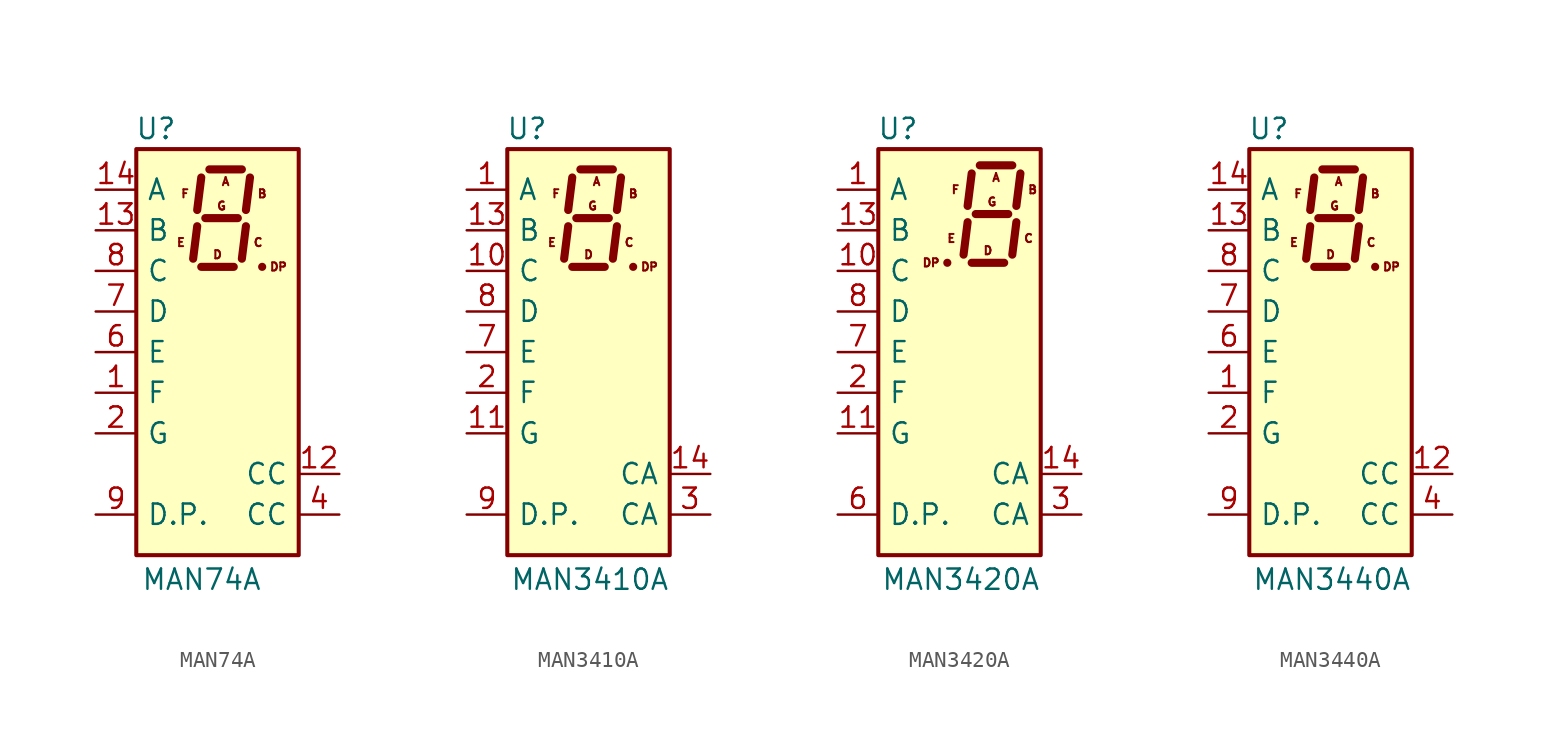
<source format=kicad_sym>
(kicad_symbol_lib
  (version 20231120)
  (generator "kicad_symbol_editor")
  (generator_version "8.0")
  (symbol "MAN74A"
    (pin_names
      (offset 0.635))
    (property "Reference" "U"
      (at -2.54 13.97 0)
      (effects (font (size 1.27 1.27)) (justify right)))
    (property "Value" "MAN74A"
      (at 2.794 -14.224 0)
      (effects (font (size 1.27 1.27)) (justify right)))
    (symbol "MAN74A_0_0"
      (text "A" (at 0.508 10.668 0) (effects (font (size 0.508 0.508))))
      (text "B" (at 2.794 9.906 0) (effects (font (size 0.508 0.508))))
      (text "C" (at 2.54 6.858 0) (effects (font (size 0.508 0.508))))
      (text "D" (at 0 6.096 0) (effects (font (size 0.508 0.508))))
      (text "DP" (at 3.81 5.334 0) (effects (font (size 0.508 0.508))))
      (text "E" (at -2.286 6.858 0) (effects (font (size 0.508 0.508))))
      (text "F" (at -2.032 9.906 0) (effects (font (size 0.508 0.508))))
      (text "G" (at 0.254 9.144 0) (effects (font (size 0.508 0.508)))))
    (symbol "MAN74A_0_1"
      (rectangle (start -5.08 12.7) (end 5.08 -12.7) (stroke (width 0.254) (type default)) (fill (type background)))
      (polyline (pts (xy -1.27 7.874) (xy -1.524 5.842)) (stroke (width 0.508) (type default)) (fill (type none)))
      (polyline (pts (xy -1.016 5.334) (xy 1.016 5.334)) (stroke (width 0.508) (type default)) (fill (type none)))
      (polyline (pts (xy -1.016 10.922) (xy -1.27 8.89)) (stroke (width 0.508) (type default)) (fill (type none)))
      (polyline (pts (xy -0.762 8.382) (xy 1.27 8.382)) (stroke (width 0.508) (type default)) (fill (type none)))
      (polyline (pts (xy -0.508 11.43) (xy 1.524 11.43)) (stroke (width 0.508) (type default)) (fill (type none)))
      (polyline (pts (xy 1.778 7.874) (xy 1.524 5.842)) (stroke (width 0.508) (type default)) (fill (type none)))
      (polyline (pts (xy 2.032 10.922) (xy 1.778 8.89)) (stroke (width 0.508) (type default)) (fill (type none)))
      (polyline (pts (xy 2.794 5.334) (xy 2.794 5.334)) (stroke (width 0.508) (type default)) (fill (type none))))
    (symbol "MAN74A_1_1"
      (pin input line (at -7.62 -2.54 0) (length 2.54) (name "F" (effects (font (size 1.27 1.27)))) (number "1" (effects (font (size 1.27 1.27)))))
      (pin no_connect line (at 7.62 -2.54 180) (length 2.54) hide (name "NC" (effects (font (size 1.27 1.27)))) (number "10" (effects (font (size 1.27 1.27)))))
      (pin no_connect line (at 7.62 -5.08 180) (length 2.54) hide (name "NC" (effects (font (size 1.27 1.27)))) (number "11" (effects (font (size 1.27 1.27)))))
      (pin input line (at 7.62 -7.62 180) (length 2.54) (name "CC" (effects (font (size 1.27 1.27)))) (number "12" (effects (font (size 1.27 1.27)))))
      (pin input line (at -7.62 7.62 0) (length 2.54) (name "B" (effects (font (size 1.27 1.27)))) (number "13" (effects (font (size 1.27 1.27)))))
      (pin input line (at -7.62 10.16 0) (length 2.54) (name "A" (effects (font (size 1.27 1.27)))) (number "14" (effects (font (size 1.27 1.27)))))
      (pin input line (at -7.62 -5.08 0) (length 2.54) (name "G" (effects (font (size 1.27 1.27)))) (number "2" (effects (font (size 1.27 1.27)))))
      (pin no_connect line (at 7.62 2.54 180) (length 2.54) hide (name "NC" (effects (font (size 1.27 1.27)))) (number "3" (effects (font (size 1.27 1.27)))))
      (pin input line (at 7.62 -10.16 180) (length 2.54) (name "CC" (effects (font (size 1.27 1.27)))) (number "4" (effects (font (size 1.27 1.27)))))
      (pin no_connect line (at 7.62 0 180) (length 2.54) hide (name "NC" (effects (font (size 1.27 1.27)))) (number "5" (effects (font (size 1.27 1.27)))))
      (pin input line (at -7.62 0 0) (length 2.54) (name "E" (effects (font (size 1.27 1.27)))) (number "6" (effects (font (size 1.27 1.27)))))
      (pin input line (at -7.62 2.54 0) (length 2.54) (name "D" (effects (font (size 1.27 1.27)))) (number "7" (effects (font (size 1.27 1.27)))))
      (pin input line (at -7.62 5.08 0) (length 2.54) (name "C" (effects (font (size 1.27 1.27)))) (number "8" (effects (font (size 1.27 1.27)))))
      (pin input line (at -7.62 -10.16 0) (length 2.54) (name "D.P." (effects (font (size 1.27 1.27)))) (number "9" (effects (font (size 1.27 1.27)))))))
  (symbol "MAN3410A"
    (pin_names
      (offset 0.635))
    (property "Reference" "U"
      (at -2.54 13.97 0)
      (effects (font (size 1.27 1.27)) (justify right)))
    (property "Value" "MAN3410A"
      (at 5.08 -14.224 0)
      (effects (font (size 1.27 1.27)) (justify right)))
    (symbol "MAN3410A_0_0"
      (text "A" (at 0.508 10.668 0) (effects (font (size 0.508 0.508))))
      (text "B" (at 2.794 9.906 0) (effects (font (size 0.508 0.508))))
      (text "C" (at 2.54 6.858 0) (effects (font (size 0.508 0.508))))
      (text "D" (at 0 6.096 0) (effects (font (size 0.508 0.508))))
      (text "DP" (at 3.81 5.334 0) (effects (font (size 0.508 0.508))))
      (text "E" (at -2.286 6.858 0) (effects (font (size 0.508 0.508))))
      (text "F" (at -2.032 9.906 0) (effects (font (size 0.508 0.508))))
      (text "G" (at 0.254 9.144 0) (effects (font (size 0.508 0.508)))))
    (symbol "MAN3410A_0_1"
      (rectangle (start -5.08 12.7) (end 5.08 -12.7) (stroke (width 0.254) (type default)) (fill (type background)))
      (polyline (pts (xy -1.27 7.874) (xy -1.524 5.842)) (stroke (width 0.508) (type default)) (fill (type none)))
      (polyline (pts (xy -1.016 5.334) (xy 1.016 5.334)) (stroke (width 0.508) (type default)) (fill (type none)))
      (polyline (pts (xy -1.016 10.922) (xy -1.27 8.89)) (stroke (width 0.508) (type default)) (fill (type none)))
      (polyline (pts (xy -0.762 8.382) (xy 1.27 8.382)) (stroke (width 0.508) (type default)) (fill (type none)))
      (polyline (pts (xy -0.508 11.43) (xy 1.524 11.43)) (stroke (width 0.508) (type default)) (fill (type none)))
      (polyline (pts (xy 1.778 7.874) (xy 1.524 5.842)) (stroke (width 0.508) (type default)) (fill (type none)))
      (polyline (pts (xy 2.032 10.922) (xy 1.778 8.89)) (stroke (width 0.508) (type default)) (fill (type none)))
      (polyline (pts (xy 2.794 5.334) (xy 2.794 5.334)) (stroke (width 0.508) (type default)) (fill (type none))))
    (symbol "MAN3410A_1_1"
      (pin input line (at -7.62 10.16 0) (length 2.54) (name "A" (effects (font (size 1.27 1.27)))) (number "1" (effects (font (size 1.27 1.27)))))
      (pin input line (at -7.62 5.08 0) (length 2.54) (name "C" (effects (font (size 1.27 1.27)))) (number "10" (effects (font (size 1.27 1.27)))))
      (pin input line (at -7.62 -5.08 0) (length 2.54) (name "G" (effects (font (size 1.27 1.27)))) (number "11" (effects (font (size 1.27 1.27)))))
      (pin no_connect line (at 7.62 -5.08 180) (length 2.54) hide (name "NC" (effects (font (size 1.27 1.27)))) (number "12" (effects (font (size 1.27 1.27)))))
      (pin input line (at -7.62 7.62 0) (length 2.54) (name "B" (effects (font (size 1.27 1.27)))) (number "13" (effects (font (size 1.27 1.27)))))
      (pin input line (at 7.62 -7.62 180) (length 2.54) (name "CA" (effects (font (size 1.27 1.27)))) (number "14" (effects (font (size 1.27 1.27)))))
      (pin input line (at -7.62 -2.54 0) (length 2.54) (name "F" (effects (font (size 1.27 1.27)))) (number "2" (effects (font (size 1.27 1.27)))))
      (pin input line (at 7.62 -10.16 180) (length 2.54) (name "CA" (effects (font (size 1.27 1.27)))) (number "3" (effects (font (size 1.27 1.27)))))
      (pin no_connect line (at 7.62 2.54 180) (length 2.54) hide (name "NC" (effects (font (size 1.27 1.27)))) (number "4" (effects (font (size 1.27 1.27)))))
      (pin no_connect line (at 7.62 0 180) (length 2.54) hide (name "NC" (effects (font (size 1.27 1.27)))) (number "5" (effects (font (size 1.27 1.27)))))
      (pin no_connect line (at 7.62 -2.54 180) (length 2.54) hide (name "NC" (effects (font (size 1.27 1.27)))) (number "6" (effects (font (size 1.27 1.27)))))
      (pin input line (at -7.62 0 0) (length 2.54) (name "E" (effects (font (size 1.27 1.27)))) (number "7" (effects (font (size 1.27 1.27)))))
      (pin input line (at -7.62 2.54 0) (length 2.54) (name "D" (effects (font (size 1.27 1.27)))) (number "8" (effects (font (size 1.27 1.27)))))
      (pin input line (at -7.62 -10.16 0) (length 2.54) (name "D.P." (effects (font (size 1.27 1.27)))) (number "9" (effects (font (size 1.27 1.27)))))))
  (symbol "MAN3420A"
    (pin_names
      (offset 0.635))
    (property "Reference" "U"
      (at -2.54 13.97 0)
      (effects (font (size 1.27 1.27)) (justify right)))
    (property "Value" "MAN3420A"
      (at 5.08 -14.224 0)
      (effects (font (size 1.27 1.27)) (justify right)))
    (symbol "MAN3420A_0_0"
      (text "A" (at 2.286 10.922 0) (effects (font (size 0.508 0.508))))
      (text "B" (at 4.572 10.16 0) (effects (font (size 0.508 0.508))))
      (text "C" (at 4.318 7.112 0) (effects (font (size 0.508 0.508))))
      (text "D" (at 1.778 6.35 0) (effects (font (size 0.508 0.508))))
      (text "DP" (at -1.778 5.588 0) (effects (font (size 0.508 0.508))))
      (text "E" (at -0.508 7.112 0) (effects (font (size 0.508 0.508))))
      (text "F" (at -0.254 10.16 0) (effects (font (size 0.508 0.508))))
      (text "G" (at 2.032 9.398 0) (effects (font (size 0.508 0.508)))))
    (symbol "MAN3420A_0_1"
      (rectangle (start -5.08 12.7) (end 5.08 -12.7) (stroke (width 0.254) (type default)) (fill (type background)))
      (polyline (pts (xy -0.762 5.588) (xy -0.762 5.588)) (stroke (width 0.508) (type default)) (fill (type none)))
      (polyline (pts (xy 0.508 8.128) (xy 0.254 6.096)) (stroke (width 0.508) (type default)) (fill (type none)))
      (polyline (pts (xy 0.762 5.588) (xy 2.794 5.588)) (stroke (width 0.508) (type default)) (fill (type none)))
      (polyline (pts (xy 0.762 11.176) (xy 0.508 9.144)) (stroke (width 0.508) (type default)) (fill (type none)))
      (polyline (pts (xy 1.016 8.636) (xy 3.048 8.636)) (stroke (width 0.508) (type default)) (fill (type none)))
      (polyline (pts (xy 1.27 11.684) (xy 3.302 11.684)) (stroke (width 0.508) (type default)) (fill (type none)))
      (polyline (pts (xy 3.556 8.128) (xy 3.302 6.096)) (stroke (width 0.508) (type default)) (fill (type none)))
      (polyline (pts (xy 3.81 11.176) (xy 3.556 9.144)) (stroke (width 0.508) (type default)) (fill (type none))))
    (symbol "MAN3420A_1_1"
      (pin input line (at -7.62 10.16 0) (length 2.54) (name "A" (effects (font (size 1.27 1.27)))) (number "1" (effects (font (size 1.27 1.27)))))
      (pin input line (at -7.62 5.08 0) (length 2.54) (name "C" (effects (font (size 1.27 1.27)))) (number "10" (effects (font (size 1.27 1.27)))))
      (pin input line (at -7.62 -5.08 0) (length 2.54) (name "G" (effects (font (size 1.27 1.27)))) (number "11" (effects (font (size 1.27 1.27)))))
      (pin no_connect line (at 7.62 -5.08 180) (length 2.54) hide (name "NC" (effects (font (size 1.27 1.27)))) (number "12" (effects (font (size 1.27 1.27)))))
      (pin input line (at -7.62 7.62 0) (length 2.54) (name "B" (effects (font (size 1.27 1.27)))) (number "13" (effects (font (size 1.27 1.27)))))
      (pin input line (at 7.62 -7.62 180) (length 2.54) (name "CA" (effects (font (size 1.27 1.27)))) (number "14" (effects (font (size 1.27 1.27)))))
      (pin input line (at -7.62 -2.54 0) (length 2.54) (name "F" (effects (font (size 1.27 1.27)))) (number "2" (effects (font (size 1.27 1.27)))))
      (pin input line (at 7.62 -10.16 180) (length 2.54) (name "CA" (effects (font (size 1.27 1.27)))) (number "3" (effects (font (size 1.27 1.27)))))
      (pin no_connect line (at 7.62 2.54 180) (length 2.54) hide (name "NC" (effects (font (size 1.27 1.27)))) (number "4" (effects (font (size 1.27 1.27)))))
      (pin no_connect line (at 7.62 0 180) (length 2.54) hide (name "NC" (effects (font (size 1.27 1.27)))) (number "5" (effects (font (size 1.27 1.27)))))
      (pin input line (at -7.62 -10.16 0) (length 2.54) (name "D.P." (effects (font (size 1.27 1.27)))) (number "6" (effects (font (size 1.27 1.27)))))
      (pin input line (at -7.62 0 0) (length 2.54) (name "E" (effects (font (size 1.27 1.27)))) (number "7" (effects (font (size 1.27 1.27)))))
      (pin input line (at -7.62 2.54 0) (length 2.54) (name "D" (effects (font (size 1.27 1.27)))) (number "8" (effects (font (size 1.27 1.27)))))
      (pin no_connect line (at 7.62 -2.54 180) (length 2.54) hide (name "NC" (effects (font (size 1.27 1.27)))) (number "9" (effects (font (size 1.27 1.27)))))))
  (symbol "MAN3440A"
    (pin_names
      (offset 0.635))
    (property "Reference" "U"
      (at -2.54 13.97 0)
      (effects (font (size 1.27 1.27)) (justify right)))
    (property "Value" "MAN3440A"
      (at 5.08 -14.224 0)
      (effects (font (size 1.27 1.27)) (justify right)))
    (symbol "MAN3440A_0_0"
      (text "A" (at 0.508 10.668 0) (effects (font (size 0.508 0.508))))
      (text "B" (at 2.794 9.906 0) (effects (font (size 0.508 0.508))))
      (text "C" (at 2.54 6.858 0) (effects (font (size 0.508 0.508))))
      (text "D" (at 0 6.096 0) (effects (font (size 0.508 0.508))))
      (text "DP" (at 3.81 5.334 0) (effects (font (size 0.508 0.508))))
      (text "E" (at -2.286 6.858 0) (effects (font (size 0.508 0.508))))
      (text "F" (at -2.032 9.906 0) (effects (font (size 0.508 0.508))))
      (text "G" (at 0.254 9.144 0) (effects (font (size 0.508 0.508)))))
    (symbol "MAN3440A_0_1"
      (rectangle (start -5.08 12.7) (end 5.08 -12.7) (stroke (width 0.254) (type default)) (fill (type background)))
      (polyline (pts (xy -1.27 7.874) (xy -1.524 5.842)) (stroke (width 0.508) (type default)) (fill (type none)))
      (polyline (pts (xy -1.016 5.334) (xy 1.016 5.334)) (stroke (width 0.508) (type default)) (fill (type none)))
      (polyline (pts (xy -1.016 10.922) (xy -1.27 8.89)) (stroke (width 0.508) (type default)) (fill (type none)))
      (polyline (pts (xy -0.762 8.382) (xy 1.27 8.382)) (stroke (width 0.508) (type default)) (fill (type none)))
      (polyline (pts (xy -0.508 11.43) (xy 1.524 11.43)) (stroke (width 0.508) (type default)) (fill (type none)))
      (polyline (pts (xy 1.778 7.874) (xy 1.524 5.842)) (stroke (width 0.508) (type default)) (fill (type none)))
      (polyline (pts (xy 2.032 10.922) (xy 1.778 8.89)) (stroke (width 0.508) (type default)) (fill (type none)))
      (polyline (pts (xy 2.794 5.334) (xy 2.794 5.334)) (stroke (width 0.508) (type default)) (fill (type none))))
    (symbol "MAN3440A_1_1"
      (pin input line (at -7.62 -2.54 0) (length 2.54) (name "F" (effects (font (size 1.27 1.27)))) (number "1" (effects (font (size 1.27 1.27)))))
      (pin no_connect line (at 7.62 -2.54 180) (length 2.54) hide (name "NC" (effects (font (size 1.27 1.27)))) (number "10" (effects (font (size 1.27 1.27)))))
      (pin no_connect line (at 7.62 -5.08 180) (length 2.54) hide (name "NC" (effects (font (size 1.27 1.27)))) (number "11" (effects (font (size 1.27 1.27)))))
      (pin input line (at 7.62 -7.62 180) (length 2.54) (name "CC" (effects (font (size 1.27 1.27)))) (number "12" (effects (font (size 1.27 1.27)))))
      (pin input line (at -7.62 7.62 0) (length 2.54) (name "B" (effects (font (size 1.27 1.27)))) (number "13" (effects (font (size 1.27 1.27)))))
      (pin input line (at -7.62 10.16 0) (length 2.54) (name "A" (effects (font (size 1.27 1.27)))) (number "14" (effects (font (size 1.27 1.27)))))
      (pin input line (at -7.62 -5.08 0) (length 2.54) (name "G" (effects (font (size 1.27 1.27)))) (number "2" (effects (font (size 1.27 1.27)))))
      (pin no_connect line (at 7.62 2.54 180) (length 2.54) hide (name "NC" (effects (font (size 1.27 1.27)))) (number "3" (effects (font (size 1.27 1.27)))))
      (pin input line (at 7.62 -10.16 180) (length 2.54) (name "CC" (effects (font (size 1.27 1.27)))) (number "4" (effects (font (size 1.27 1.27)))))
      (pin no_connect line (at 7.62 0 180) (length 2.54) hide (name "NC" (effects (font (size 1.27 1.27)))) (number "5" (effects (font (size 1.27 1.27)))))
      (pin input line (at -7.62 0 0) (length 2.54) (name "E" (effects (font (size 1.27 1.27)))) (number "6" (effects (font (size 1.27 1.27)))))
      (pin input line (at -7.62 2.54 0) (length 2.54) (name "D" (effects (font (size 1.27 1.27)))) (number "7" (effects (font (size 1.27 1.27)))))
      (pin input line (at -7.62 5.08 0) (length 2.54) (name "C" (effects (font (size 1.27 1.27)))) (number "8" (effects (font (size 1.27 1.27)))))
      (pin input line (at -7.62 -10.16 0) (length 2.54) (name "D.P." (effects (font (size 1.27 1.27)))) (number "9" (effects (font (size 1.27 1.27))))))))
</source>
